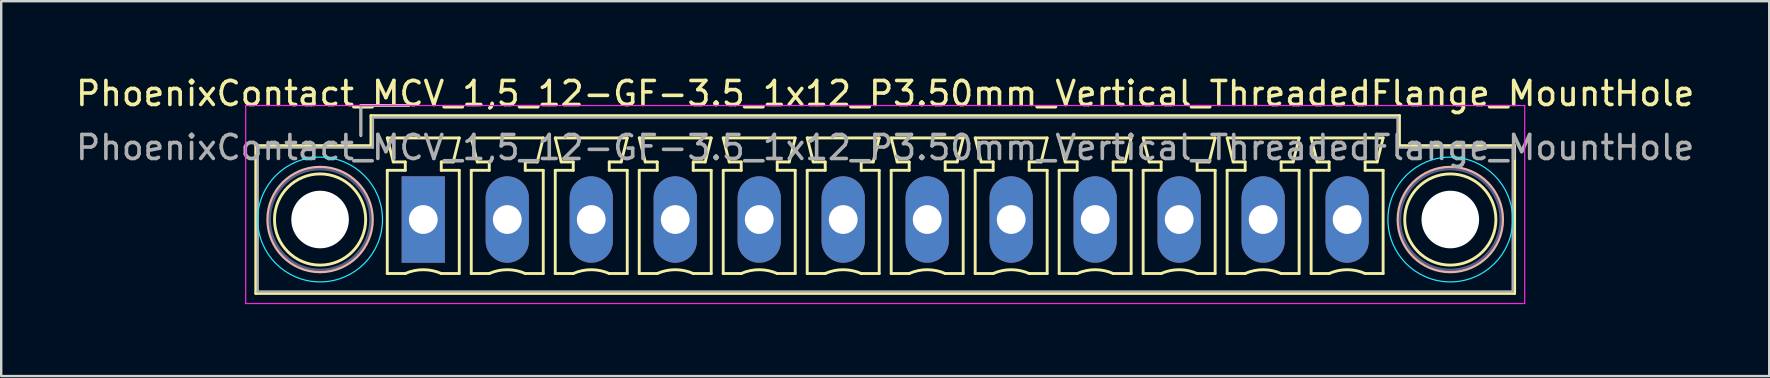
<source format=kicad_pcb>
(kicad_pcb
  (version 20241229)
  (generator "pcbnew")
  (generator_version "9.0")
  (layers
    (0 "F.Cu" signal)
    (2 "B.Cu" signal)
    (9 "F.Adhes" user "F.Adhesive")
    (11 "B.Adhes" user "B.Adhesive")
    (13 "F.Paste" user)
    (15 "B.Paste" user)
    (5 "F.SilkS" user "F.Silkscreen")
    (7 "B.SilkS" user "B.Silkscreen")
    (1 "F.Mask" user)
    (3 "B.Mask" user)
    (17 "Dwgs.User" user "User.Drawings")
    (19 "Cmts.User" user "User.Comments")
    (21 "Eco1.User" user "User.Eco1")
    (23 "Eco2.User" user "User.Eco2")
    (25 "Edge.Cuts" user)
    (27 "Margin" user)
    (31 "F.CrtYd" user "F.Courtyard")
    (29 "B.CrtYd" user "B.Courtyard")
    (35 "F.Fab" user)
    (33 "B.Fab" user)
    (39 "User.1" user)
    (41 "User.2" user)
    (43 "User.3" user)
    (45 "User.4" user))
  (footprint "PhoenixContact_MCV_1,5_12-GF-3.5_1x12_P3.50mm_Vertical_ThreadedFlange_MountHole"
    (layer "F.Cu")
    (at 14.589 6.098)
    (property "Reference" "PhoenixContact_MCV_1,5_12-GF-3.5_1x12_P3.50mm_Vertical_ThreadedFlange_MountHole" (at 19.25 -5.25 0) (layer "F.SilkS") (effects (font (size 1 1) (thickness 0.15))))
    (attr through_hole)
    (fp_line (start -6.98 -3.08) (end -6.98 3.08) (stroke (width 0.12) (type solid)) (layer "F.SilkS"))
    (fp_line (start -6.98 3.08) (end 45.48 3.08) (stroke (width 0.12) (type solid)) (layer "F.SilkS"))
    (fp_line (start -2.6 -4.75) (end -0.6 -4.75) (stroke (width 0.12) (type solid)) (layer "F.SilkS"))
    (fp_line (start -2.6 -3.5) (end -2.6 -4.75) (stroke (width 0.12) (type solid)) (layer "F.SilkS"))
    (fp_line (start -2.18 -4.33) (end -2.18 -3.08) (stroke (width 0.12) (type solid)) (layer "F.SilkS"))
    (fp_line (start -2.18 -3.08) (end -6.98 -3.08) (stroke (width 0.12) (type solid)) (layer "F.SilkS"))
    (fp_line (start -1.5 -3.4) (end 1.5 -3.4) (stroke (width 0.12) (type solid)) (layer "F.SilkS"))
    (fp_line (start -1.5 -2.05) (end -0.75 -2.05) (stroke (width 0.12) (type solid)) (layer "F.SilkS"))
    (fp_line (start -1.5 2.25) (end -1.5 -2.05) (stroke (width 0.12) (type solid)) (layer "F.SilkS"))
    (fp_line (start -1.25 -2.4) (end -1.5 -3.4) (stroke (width 0.12) (type solid)) (layer "F.SilkS"))
    (fp_line (start -0.75 -2.4) (end -1.25 -2.4) (stroke (width 0.12) (type solid)) (layer "F.SilkS"))
    (fp_line (start -0.75 -2.05) (end -0.75 -2.4) (stroke (width 0.12) (type solid)) (layer "F.SilkS"))
    (fp_line (start -0.75 2.25) (end -1.5 2.25) (stroke (width 0.12) (type solid)) (layer "F.SilkS"))
    (fp_line (start 0.75 -2.4) (end 0.75 -2.05) (stroke (width 0.12) (type solid)) (layer "F.SilkS"))
    (fp_line (start 0.75 -2.05) (end 1.5 -2.05) (stroke (width 0.12) (type solid)) (layer "F.SilkS"))
    (fp_line (start 1.25 -2.4) (end 0.75 -2.4) (stroke (width 0.12) (type solid)) (layer "F.SilkS"))
    (fp_line (start 1.5 -3.4) (end 1.25 -2.4) (stroke (width 0.12) (type solid)) (layer "F.SilkS"))
    (fp_line (start 1.5 -2.05) (end 1.5 2.25) (stroke (width 0.12) (type solid)) (layer "F.SilkS"))
    (fp_line (start 1.5 2.25) (end 0.75 2.25) (stroke (width 0.12) (type solid)) (layer "F.SilkS"))
    (fp_line (start 2 -3.4) (end 5 -3.4) (stroke (width 0.12) (type solid)) (layer "F.SilkS"))
    (fp_line (start 2 -2.05) (end 2.75 -2.05) (stroke (width 0.12) (type solid)) (layer "F.SilkS"))
    (fp_line (start 2 2.25) (end 2 -2.05) (stroke (width 0.12) (type solid)) (layer "F.SilkS"))
    (fp_line (start 2.25 -2.4) (end 2 -3.4) (stroke (width 0.12) (type solid)) (layer "F.SilkS"))
    (fp_line (start 2.75 -2.4) (end 2.25 -2.4) (stroke (width 0.12) (type solid)) (layer "F.SilkS"))
    (fp_line (start 2.75 -2.05) (end 2.75 -2.4) (stroke (width 0.12) (type solid)) (layer "F.SilkS"))
    (fp_line (start 2.75 2.25) (end 2 2.25) (stroke (width 0.12) (type solid)) (layer "F.SilkS"))
    (fp_line (start 4.25 -2.4) (end 4.25 -2.05) (stroke (width 0.12) (type solid)) (layer "F.SilkS"))
    (fp_line (start 4.25 -2.05) (end 5 -2.05) (stroke (width 0.12) (type solid)) (layer "F.SilkS"))
    (fp_line (start 4.75 -2.4) (end 4.25 -2.4) (stroke (width 0.12) (type solid)) (layer "F.SilkS"))
    (fp_line (start 5 -3.4) (end 4.75 -2.4) (stroke (width 0.12) (type solid)) (layer "F.SilkS"))
    (fp_line (start 5 -2.05) (end 5 2.25) (stroke (width 0.12) (type solid)) (layer "F.SilkS"))
    (fp_line (start 5 2.25) (end 4.25 2.25) (stroke (width 0.12) (type solid)) (layer "F.SilkS"))
    (fp_line (start 5.5 -3.4) (end 8.5 -3.4) (stroke (width 0.12) (type solid)) (layer "F.SilkS"))
    (fp_line (start 5.5 -2.05) (end 6.25 -2.05) (stroke (width 0.12) (type solid)) (layer "F.SilkS"))
    (fp_line (start 5.5 2.25) (end 5.5 -2.05) (stroke (width 0.12) (type solid)) (layer "F.SilkS"))
    (fp_line (start 5.75 -2.4) (end 5.5 -3.4) (stroke (width 0.12) (type solid)) (layer "F.SilkS"))
    (fp_line (start 6.25 -2.4) (end 5.75 -2.4) (stroke (width 0.12) (type solid)) (layer "F.SilkS"))
    (fp_line (start 6.25 -2.05) (end 6.25 -2.4) (stroke (width 0.12) (type solid)) (layer "F.SilkS"))
    (fp_line (start 6.25 2.25) (end 5.5 2.25) (stroke (width 0.12) (type solid)) (layer "F.SilkS"))
    (fp_line (start 7.75 -2.4) (end 7.75 -2.05) (stroke (width 0.12) (type solid)) (layer "F.SilkS"))
    (fp_line (start 7.75 -2.05) (end 8.5 -2.05) (stroke (width 0.12) (type solid)) (layer "F.SilkS"))
    (fp_line (start 8.25 -2.4) (end 7.75 -2.4) (stroke (width 0.12) (type solid)) (layer "F.SilkS"))
    (fp_line (start 8.5 -3.4) (end 8.25 -2.4) (stroke (width 0.12) (type solid)) (layer "F.SilkS"))
    (fp_line (start 8.5 -2.05) (end 8.5 2.25) (stroke (width 0.12) (type solid)) (layer "F.SilkS"))
    (fp_line (start 8.5 2.25) (end 7.75 2.25) (stroke (width 0.12) (type solid)) (layer "F.SilkS"))
    (fp_line (start 9 -3.4) (end 12 -3.4) (stroke (width 0.12) (type solid)) (layer "F.SilkS"))
    (fp_line (start 9 -2.05) (end 9.75 -2.05) (stroke (width 0.12) (type solid)) (layer "F.SilkS"))
    (fp_line (start 9 2.25) (end 9 -2.05) (stroke (width 0.12) (type solid)) (layer "F.SilkS"))
    (fp_line (start 9.25 -2.4) (end 9 -3.4) (stroke (width 0.12) (type solid)) (layer "F.SilkS"))
    (fp_line (start 9.75 -2.4) (end 9.25 -2.4) (stroke (width 0.12) (type solid)) (layer "F.SilkS"))
    (fp_line (start 9.75 -2.05) (end 9.75 -2.4) (stroke (width 0.12) (type solid)) (layer "F.SilkS"))
    (fp_line (start 9.75 2.25) (end 9 2.25) (stroke (width 0.12) (type solid)) (layer "F.SilkS"))
    (fp_line (start 11.25 -2.4) (end 11.25 -2.05) (stroke (width 0.12) (type solid)) (layer "F.SilkS"))
    (fp_line (start 11.25 -2.05) (end 12 -2.05) (stroke (width 0.12) (type solid)) (layer "F.SilkS"))
    (fp_line (start 11.75 -2.4) (end 11.25 -2.4) (stroke (width 0.12) (type solid)) (layer "F.SilkS"))
    (fp_line (start 12 -3.4) (end 11.75 -2.4) (stroke (width 0.12) (type solid)) (layer "F.SilkS"))
    (fp_line (start 12 -2.05) (end 12 2.25) (stroke (width 0.12) (type solid)) (layer "F.SilkS"))
    (fp_line (start 12 2.25) (end 11.25 2.25) (stroke (width 0.12) (type solid)) (layer "F.SilkS"))
    (fp_line (start 12.5 -3.4) (end 15.5 -3.4) (stroke (width 0.12) (type solid)) (layer "F.SilkS"))
    (fp_line (start 12.5 -2.05) (end 13.25 -2.05) (stroke (width 0.12) (type solid)) (layer "F.SilkS"))
    (fp_line (start 12.5 2.25) (end 12.5 -2.05) (stroke (width 0.12) (type solid)) (layer "F.SilkS"))
    (fp_line (start 12.75 -2.4) (end 12.5 -3.4) (stroke (width 0.12) (type solid)) (layer "F.SilkS"))
    (fp_line (start 13.25 -2.4) (end 12.75 -2.4) (stroke (width 0.12) (type solid)) (layer "F.SilkS"))
    (fp_line (start 13.25 -2.05) (end 13.25 -2.4) (stroke (width 0.12) (type solid)) (layer "F.SilkS"))
    (fp_line (start 13.25 2.25) (end 12.5 2.25) (stroke (width 0.12) (type solid)) (layer "F.SilkS"))
    (fp_line (start 14.75 -2.4) (end 14.75 -2.05) (stroke (width 0.12) (type solid)) (layer "F.SilkS"))
    (fp_line (start 14.75 -2.05) (end 15.5 -2.05) (stroke (width 0.12) (type solid)) (layer "F.SilkS"))
    (fp_line (start 15.25 -2.4) (end 14.75 -2.4) (stroke (width 0.12) (type solid)) (layer "F.SilkS"))
    (fp_line (start 15.5 -3.4) (end 15.25 -2.4) (stroke (width 0.12) (type solid)) (layer "F.SilkS"))
    (fp_line (start 15.5 -2.05) (end 15.5 2.25) (stroke (width 0.12) (type solid)) (layer "F.SilkS"))
    (fp_line (start 15.5 2.25) (end 14.75 2.25) (stroke (width 0.12) (type solid)) (layer "F.SilkS"))
    (fp_line (start 16 -3.4) (end 19 -3.4) (stroke (width 0.12) (type solid)) (layer "F.SilkS"))
    (fp_line (start 16 -2.05) (end 16.75 -2.05) (stroke (width 0.12) (type solid)) (layer "F.SilkS"))
    (fp_line (start 16 2.25) (end 16 -2.05) (stroke (width 0.12) (type solid)) (layer "F.SilkS"))
    (fp_line (start 16.25 -2.4) (end 16 -3.4) (stroke (width 0.12) (type solid)) (layer "F.SilkS"))
    (fp_line (start 16.75 -2.4) (end 16.25 -2.4) (stroke (width 0.12) (type solid)) (layer "F.SilkS"))
    (fp_line (start 16.75 -2.05) (end 16.75 -2.4) (stroke (width 0.12) (type solid)) (layer "F.SilkS"))
    (fp_line (start 16.75 2.25) (end 16 2.25) (stroke (width 0.12) (type solid)) (layer "F.SilkS"))
    (fp_line (start 18.25 -2.4) (end 18.25 -2.05) (stroke (width 0.12) (type solid)) (layer "F.SilkS"))
    (fp_line (start 18.25 -2.05) (end 19 -2.05) (stroke (width 0.12) (type solid)) (layer "F.SilkS"))
    (fp_line (start 18.75 -2.4) (end 18.25 -2.4) (stroke (width 0.12) (type solid)) (layer "F.SilkS"))
    (fp_line (start 19 -3.4) (end 18.75 -2.4) (stroke (width 0.12) (type solid)) (layer "F.SilkS"))
    (fp_line (start 19 -2.05) (end 19 2.25) (stroke (width 0.12) (type solid)) (layer "F.SilkS"))
    (fp_line (start 19 2.25) (end 18.25 2.25) (stroke (width 0.12) (type solid)) (layer "F.SilkS"))
    (fp_line (start 19.5 -3.4) (end 22.5 -3.4) (stroke (width 0.12) (type solid)) (layer "F.SilkS"))
    (fp_line (start 19.5 -2.05) (end 20.25 -2.05) (stroke (width 0.12) (type solid)) (layer "F.SilkS"))
    (fp_line (start 19.5 2.25) (end 19.5 -2.05) (stroke (width 0.12) (type solid)) (layer "F.SilkS"))
    (fp_line (start 19.75 -2.4) (end 19.5 -3.4) (stroke (width 0.12) (type solid)) (layer "F.SilkS"))
    (fp_line (start 20.25 -2.4) (end 19.75 -2.4) (stroke (width 0.12) (type solid)) (layer "F.SilkS"))
    (fp_line (start 20.25 -2.05) (end 20.25 -2.4) (stroke (width 0.12) (type solid)) (layer "F.SilkS"))
    (fp_line (start 20.25 2.25) (end 19.5 2.25) (stroke (width 0.12) (type solid)) (layer "F.SilkS"))
    (fp_line (start 21.75 -2.4) (end 21.75 -2.05) (stroke (width 0.12) (type solid)) (layer "F.SilkS"))
    (fp_line (start 21.75 -2.05) (end 22.5 -2.05) (stroke (width 0.12) (type solid)) (layer "F.SilkS"))
    (fp_line (start 22.25 -2.4) (end 21.75 -2.4) (stroke (width 0.12) (type solid)) (layer "F.SilkS"))
    (fp_line (start 22.5 -3.4) (end 22.25 -2.4) (stroke (width 0.12) (type solid)) (layer "F.SilkS"))
    (fp_line (start 22.5 -2.05) (end 22.5 2.25) (stroke (width 0.12) (type solid)) (layer "F.SilkS"))
    (fp_line (start 22.5 2.25) (end 21.75 2.25) (stroke (width 0.12) (type solid)) (layer "F.SilkS"))
    (fp_line (start 23 -3.4) (end 26 -3.4) (stroke (width 0.12) (type solid)) (layer "F.SilkS"))
    (fp_line (start 23 -2.05) (end 23.75 -2.05) (stroke (width 0.12) (type solid)) (layer "F.SilkS"))
    (fp_line (start 23 2.25) (end 23 -2.05) (stroke (width 0.12) (type solid)) (layer "F.SilkS"))
    (fp_line (start 23.25 -2.4) (end 23 -3.4) (stroke (width 0.12) (type solid)) (layer "F.SilkS"))
    (fp_line (start 23.75 -2.4) (end 23.25 -2.4) (stroke (width 0.12) (type solid)) (layer "F.SilkS"))
    (fp_line (start 23.75 -2.05) (end 23.75 -2.4) (stroke (width 0.12) (type solid)) (layer "F.SilkS"))
    (fp_line (start 23.75 2.25) (end 23 2.25) (stroke (width 0.12) (type solid)) (layer "F.SilkS"))
    (fp_line (start 25.25 -2.4) (end 25.25 -2.05) (stroke (width 0.12) (type solid)) (layer "F.SilkS"))
    (fp_line (start 25.25 -2.05) (end 26 -2.05) (stroke (width 0.12) (type solid)) (layer "F.SilkS"))
    (fp_line (start 25.75 -2.4) (end 25.25 -2.4) (stroke (width 0.12) (type solid)) (layer "F.SilkS"))
    (fp_line (start 26 -3.4) (end 25.75 -2.4) (stroke (width 0.12) (type solid)) (layer "F.SilkS"))
    (fp_line (start 26 -2.05) (end 26 2.25) (stroke (width 0.12) (type solid)) (layer "F.SilkS"))
    (fp_line (start 26 2.25) (end 25.25 2.25) (stroke (width 0.12) (type solid)) (layer "F.SilkS"))
    (fp_line (start 26.5 -3.4) (end 29.5 -3.4) (stroke (width 0.12) (type solid)) (layer "F.SilkS"))
    (fp_line (start 26.5 -2.05) (end 27.25 -2.05) (stroke (width 0.12) (type solid)) (layer "F.SilkS"))
    (fp_line (start 26.5 2.25) (end 26.5 -2.05) (stroke (width 0.12) (type solid)) (layer "F.SilkS"))
    (fp_line (start 26.75 -2.4) (end 26.5 -3.4) (stroke (width 0.12) (type solid)) (layer "F.SilkS"))
    (fp_line (start 27.25 -2.4) (end 26.75 -2.4) (stroke (width 0.12) (type solid)) (layer "F.SilkS"))
    (fp_line (start 27.25 -2.05) (end 27.25 -2.4) (stroke (width 0.12) (type solid)) (layer "F.SilkS"))
    (fp_line (start 27.25 2.25) (end 26.5 2.25) (stroke (width 0.12) (type solid)) (layer "F.SilkS"))
    (fp_line (start 28.75 -2.4) (end 28.75 -2.05) (stroke (width 0.12) (type solid)) (layer "F.SilkS"))
    (fp_line (start 28.75 -2.05) (end 29.5 -2.05) (stroke (width 0.12) (type solid)) (layer "F.SilkS"))
    (fp_line (start 29.25 -2.4) (end 28.75 -2.4) (stroke (width 0.12) (type solid)) (layer "F.SilkS"))
    (fp_line (start 29.5 -3.4) (end 29.25 -2.4) (stroke (width 0.12) (type solid)) (layer "F.SilkS"))
    (fp_line (start 29.5 -2.05) (end 29.5 2.25) (stroke (width 0.12) (type solid)) (layer "F.SilkS"))
    (fp_line (start 29.5 2.25) (end 28.75 2.25) (stroke (width 0.12) (type solid)) (layer "F.SilkS"))
    (fp_line (start 30 -3.4) (end 33 -3.4) (stroke (width 0.12) (type solid)) (layer "F.SilkS"))
    (fp_line (start 30 -2.05) (end 30.75 -2.05) (stroke (width 0.12) (type solid)) (layer "F.SilkS"))
    (fp_line (start 30 2.25) (end 30 -2.05) (stroke (width 0.12) (type solid)) (layer "F.SilkS"))
    (fp_line (start 30.25 -2.4) (end 30 -3.4) (stroke (width 0.12) (type solid)) (layer "F.SilkS"))
    (fp_line (start 30.75 -2.4) (end 30.25 -2.4) (stroke (width 0.12) (type solid)) (layer "F.SilkS"))
    (fp_line (start 30.75 -2.05) (end 30.75 -2.4) (stroke (width 0.12) (type solid)) (layer "F.SilkS"))
    (fp_line (start 30.75 2.25) (end 30 2.25) (stroke (width 0.12) (type solid)) (layer "F.SilkS"))
    (fp_line (start 32.25 -2.4) (end 32.25 -2.05) (stroke (width 0.12) (type solid)) (layer "F.SilkS"))
    (fp_line (start 32.25 -2.05) (end 33 -2.05) (stroke (width 0.12) (type solid)) (layer "F.SilkS"))
    (fp_line (start 32.75 -2.4) (end 32.25 -2.4) (stroke (width 0.12) (type solid)) (layer "F.SilkS"))
    (fp_line (start 33 -3.4) (end 32.75 -2.4) (stroke (width 0.12) (type solid)) (layer "F.SilkS"))
    (fp_line (start 33 -2.05) (end 33 2.25) (stroke (width 0.12) (type solid)) (layer "F.SilkS"))
    (fp_line (start 33 2.25) (end 32.25 2.25) (stroke (width 0.12) (type solid)) (layer "F.SilkS"))
    (fp_line (start 33.5 -3.4) (end 36.5 -3.4) (stroke (width 0.12) (type solid)) (layer "F.SilkS"))
    (fp_line (start 33.5 -2.05) (end 34.25 -2.05) (stroke (width 0.12) (type solid)) (layer "F.SilkS"))
    (fp_line (start 33.5 2.25) (end 33.5 -2.05) (stroke (width 0.12) (type solid)) (layer "F.SilkS"))
    (fp_line (start 33.75 -2.4) (end 33.5 -3.4) (stroke (width 0.12) (type solid)) (layer "F.SilkS"))
    (fp_line (start 34.25 -2.4) (end 33.75 -2.4) (stroke (width 0.12) (type solid)) (layer "F.SilkS"))
    (fp_line (start 34.25 -2.05) (end 34.25 -2.4) (stroke (width 0.12) (type solid)) (layer "F.SilkS"))
    (fp_line (start 34.25 2.25) (end 33.5 2.25) (stroke (width 0.12) (type solid)) (layer "F.SilkS"))
    (fp_line (start 35.75 -2.4) (end 35.75 -2.05) (stroke (width 0.12) (type solid)) (layer "F.SilkS"))
    (fp_line (start 35.75 -2.05) (end 36.5 -2.05) (stroke (width 0.12) (type solid)) (layer "F.SilkS"))
    (fp_line (start 36.25 -2.4) (end 35.75 -2.4) (stroke (width 0.12) (type solid)) (layer "F.SilkS"))
    (fp_line (start 36.5 -3.4) (end 36.25 -2.4) (stroke (width 0.12) (type solid)) (layer "F.SilkS"))
    (fp_line (start 36.5 -2.05) (end 36.5 2.25) (stroke (width 0.12) (type solid)) (layer "F.SilkS"))
    (fp_line (start 36.5 2.25) (end 35.75 2.25) (stroke (width 0.12) (type solid)) (layer "F.SilkS"))
    (fp_line (start 37 -3.4) (end 40 -3.4) (stroke (width 0.12) (type solid)) (layer "F.SilkS"))
    (fp_line (start 37 -2.05) (end 37.75 -2.05) (stroke (width 0.12) (type solid)) (layer "F.SilkS"))
    (fp_line (start 37 2.25) (end 37 -2.05) (stroke (width 0.12) (type solid)) (layer "F.SilkS"))
    (fp_line (start 37.25 -2.4) (end 37 -3.4) (stroke (width 0.12) (type solid)) (layer "F.SilkS"))
    (fp_line (start 37.75 -2.4) (end 37.25 -2.4) (stroke (width 0.12) (type solid)) (layer "F.SilkS"))
    (fp_line (start 37.75 -2.05) (end 37.75 -2.4) (stroke (width 0.12) (type solid)) (layer "F.SilkS"))
    (fp_line (start 37.75 2.25) (end 37 2.25) (stroke (width 0.12) (type solid)) (layer "F.SilkS"))
    (fp_line (start 39.25 -2.4) (end 39.25 -2.05) (stroke (width 0.12) (type solid)) (layer "F.SilkS"))
    (fp_line (start 39.25 -2.05) (end 40 -2.05) (stroke (width 0.12) (type solid)) (layer "F.SilkS"))
    (fp_line (start 39.75 -2.4) (end 39.25 -2.4) (stroke (width 0.12) (type solid)) (layer "F.SilkS"))
    (fp_line (start 40 -3.4) (end 39.75 -2.4) (stroke (width 0.12) (type solid)) (layer "F.SilkS"))
    (fp_line (start 40 -2.05) (end 40 2.25) (stroke (width 0.12) (type solid)) (layer "F.SilkS"))
    (fp_line (start 40 2.25) (end 39.25 2.25) (stroke (width 0.12) (type solid)) (layer "F.SilkS"))
    (fp_line (start 40.68 -4.33) (end -2.18 -4.33) (stroke (width 0.12) (type solid)) (layer "F.SilkS"))
    (fp_line (start 40.68 -3.08) (end 40.68 -4.33) (stroke (width 0.12) (type solid)) (layer "F.SilkS"))
    (fp_line (start 45.48 -3.08) (end 40.68 -3.08) (stroke (width 0.12) (type solid)) (layer "F.SilkS"))
    (fp_line (start 45.48 3.08) (end 45.48 -3.08) (stroke (width 0.12) (type solid)) (layer "F.SilkS"))
    (fp_arc (start -0.75 2.25) (mid -0.000193 2.09191) (end 0.749647 2.249844) (stroke (width 0.12) (type solid)) (layer "F.SilkS"))
    (fp_arc (start 2.75 2.25) (mid 3.499807 2.09191) (end 4.249647 2.249844) (stroke (width 0.12) (type solid)) (layer "F.SilkS"))
    (fp_arc (start 6.25 2.25) (mid 6.999807 2.09191) (end 7.749647 2.249844) (stroke (width 0.12) (type solid)) (layer "F.SilkS"))
    (fp_arc (start 9.75 2.25) (mid 10.499807 2.09191) (end 11.249647 2.249844) (stroke (width 0.12) (type solid)) (layer "F.SilkS"))
    (fp_arc (start 13.25 2.25) (mid 13.999807 2.09191) (end 14.749647 2.249844) (stroke (width 0.12) (type solid)) (layer "F.SilkS"))
    (fp_arc (start 16.75 2.25) (mid 17.499807 2.09191) (end 18.249647 2.249844) (stroke (width 0.12) (type solid)) (layer "F.SilkS"))
    (fp_arc (start 20.25 2.25) (mid 20.999807 2.09191) (end 21.749647 2.249844) (stroke (width 0.12) (type solid)) (layer "F.SilkS"))
    (fp_arc (start 23.75 2.25) (mid 24.499807 2.09191) (end 25.249647 2.249844) (stroke (width 0.12) (type solid)) (layer "F.SilkS"))
    (fp_arc (start 27.25 2.25) (mid 27.999807 2.09191) (end 28.749647 2.249844) (stroke (width 0.12) (type solid)) (layer "F.SilkS"))
    (fp_arc (start 30.75 2.25) (mid 31.499807 2.09191) (end 32.249647 2.249844) (stroke (width 0.12) (type solid)) (layer "F.SilkS"))
    (fp_arc (start 34.25 2.25) (mid 34.999807 2.09191) (end 35.749647 2.249844) (stroke (width 0.12) (type solid)) (layer "F.SilkS"))
    (fp_arc (start 37.75 2.25) (mid 38.499807 2.09191) (end 39.249647 2.249844) (stroke (width 0.12) (type solid)) (layer "F.SilkS"))
    (fp_circle (center -4.3 0) (end -2.4 0) (stroke (width 0.12) (type solid)) (fill no) (layer "F.SilkS"))
    (fp_circle (center 42.8 0) (end 44.7 0) (stroke (width 0.12) (type solid)) (fill no) (layer "F.SilkS"))
    (fp_circle (center -4.3 0) (end -2.12 0) (stroke (width 0.12) (type solid)) (fill no) (layer "B.SilkS"))
    (fp_circle (center 42.8 0) (end 44.98 0) (stroke (width 0.12) (type solid)) (fill no) (layer "B.SilkS"))
    (fp_circle (center -4.3 0) (end -1.7 0) (stroke (width 0.05) (type solid)) (fill no) (layer "B.CrtYd"))
    (fp_circle (center 42.8 0) (end 45.4 0) (stroke (width 0.05) (type solid)) (fill no) (layer "B.CrtYd"))
    (fp_line (start -7.4 -4.75) (end -7.4 3.5) (stroke (width 0.05) (type solid)) (layer "F.CrtYd"))
    (fp_line (start -7.4 3.5) (end 45.9 3.5) (stroke (width 0.05) (type solid)) (layer "F.CrtYd"))
    (fp_line (start 45.9 -4.75) (end -7.4 -4.75) (stroke (width 0.05) (type solid)) (layer "F.CrtYd"))
    (fp_line (start 45.9 3.5) (end 45.9 -4.75) (stroke (width 0.05) (type solid)) (layer "F.CrtYd"))
    (fp_circle (center -4.3 0) (end -2.2 0) (stroke (width 0.1) (type solid)) (fill no) (layer "B.Fab"))
    (fp_circle (center 42.8 0) (end 44.9 0) (stroke (width 0.1) (type solid)) (fill no) (layer "B.Fab"))
    (fp_line (start -6.9 -3) (end -6.9 3) (stroke (width 0.1) (type solid)) (layer "F.Fab"))
    (fp_line (start -6.9 3) (end 45.4 3) (stroke (width 0.1) (type solid)) (layer "F.Fab"))
    (fp_line (start -2.6 -4.75) (end -0.6 -4.75) (stroke (width 0.1) (type solid)) (layer "F.Fab"))
    (fp_line (start -2.6 -3.5) (end -2.6 -4.75) (stroke (width 0.1) (type solid)) (layer "F.Fab"))
    (fp_line (start -2.1 -4.25) (end -2.1 -3) (stroke (width 0.1) (type solid)) (layer "F.Fab"))
    (fp_line (start -2.1 -3) (end -6.9 -3) (stroke (width 0.1) (type solid)) (layer "F.Fab"))
    (fp_line (start 40.6 -4.25) (end -2.1 -4.25) (stroke (width 0.1) (type solid)) (layer "F.Fab"))
    (fp_line (start 40.6 -3) (end 40.6 -4.25) (stroke (width 0.1) (type solid)) (layer "F.Fab"))
    (fp_line (start 45.4 -3) (end 40.6 -3) (stroke (width 0.1) (type solid)) (layer "F.Fab"))
    (fp_line (start 45.4 3) (end 45.4 -3) (stroke (width 0.1) (type solid)) (layer "F.Fab"))
    (fp_text user "${REFERENCE}" (at 19.25 -3 0) (layer "F.Fab") (effects (font (size 1 1) (thickness 0.15))))
    (pad "" np_thru_hole circle (at -4.3 0) (size 2.4 2.4) (drill 2.4) (layers "*.Cu" "*.Mask"))
    (pad "" np_thru_hole circle (at 42.8 0) (size 2.4 2.4) (drill 2.4) (layers "*.Cu" "*.Mask"))
    (pad "1" thru_hole rect (at 0 0) (size 1.8 3.6) (drill 1.2) (layers "*.Cu" "*.Mask"))
    (pad "2" thru_hole oval (at 3.5 0) (size 1.8 3.6) (drill 1.2) (layers "*.Cu" "*.Mask"))
    (pad "3" thru_hole oval (at 7 0) (size 1.8 3.6) (drill 1.2) (layers "*.Cu" "*.Mask"))
    (pad "4" thru_hole oval (at 10.5 0) (size 1.8 3.6) (drill 1.2) (layers "*.Cu" "*.Mask"))
    (pad "5" thru_hole oval (at 14 0) (size 1.8 3.6) (drill 1.2) (layers "*.Cu" "*.Mask"))
    (pad "6" thru_hole oval (at 17.5 0) (size 1.8 3.6) (drill 1.2) (layers "*.Cu" "*.Mask"))
    (pad "7" thru_hole oval (at 21 0) (size 1.8 3.6) (drill 1.2) (layers "*.Cu" "*.Mask"))
    (pad "8" thru_hole oval (at 24.5 0) (size 1.8 3.6) (drill 1.2) (layers "*.Cu" "*.Mask"))
    (pad "9" thru_hole oval (at 28 0) (size 1.8 3.6) (drill 1.2) (layers "*.Cu" "*.Mask"))
    (pad "10" thru_hole oval (at 31.5 0) (size 1.8 3.6) (drill 1.2) (layers "*.Cu" "*.Mask"))
    (pad "11" thru_hole oval (at 35 0) (size 1.8 3.6) (drill 1.2) (layers "*.Cu" "*.Mask"))
    (pad "12" thru_hole oval (at 38.5 0) (size 1.8 3.6) (drill 1.2) (layers "*.Cu" "*.Mask")))
  (gr_rect
    (start -3 -3)
    (end 70.679 12.623)
    (stroke (width 0.1) (type default))
    (fill no)
    (layer "Edge.Cuts")))
</source>
